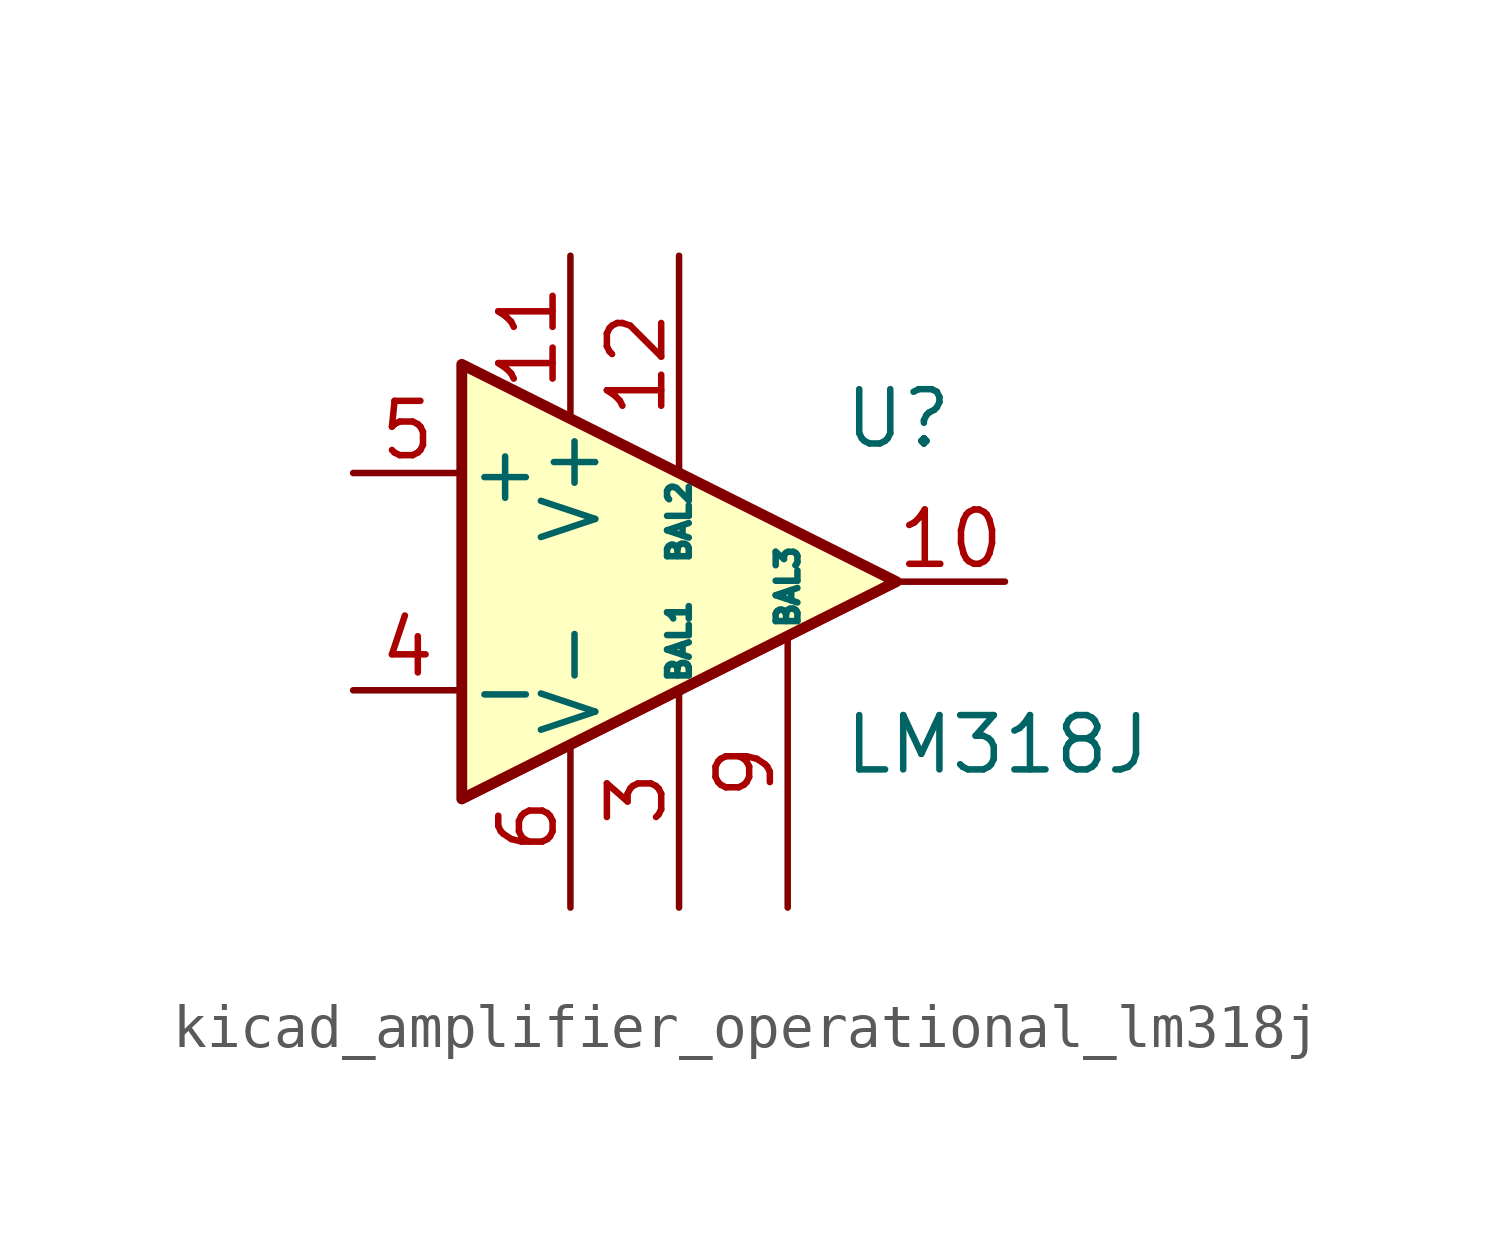
<source format=kicad_sym>
(kicad_symbol_lib
  (version 20220914)
  (generator kicad_symbol_editor)
  (symbol "kicad_amplifier_operational_lm318j"
    (pin_names
      (offset 0.127))
    (property "Reference" "U"
      (at 3.81 3.81 0)
      (effects (font (size 1.27 1.27)) (justify left)))
    (property "Value" "LM318J"
      (at 3.81 -3.81 0)
      (effects (font (size 1.27 1.27)) (justify left)))
    (symbol "kicad_amplifier_operational_lm318j_0_1"
      (polyline (pts (xy 5.08 0) (xy -5.08 5.08) (xy -5.08 -5.08) (xy 5.08 0)) (stroke (width 0.254) (type default)) (fill (type background))))
    (symbol "kicad_amplifier_operational_lm318j_1_1"
      (pin no_connect line (at -5.08 2.54 270) (length 2.54) hide (name "NC" (effects (font (size 1.27 1.27)))) (number "1" (effects (font (size 1.27 1.27)))))
      (pin output line (at 7.62 0 180) (length 2.54) (name "~" (effects (font (size 1.27 1.27)))) (number "10" (effects (font (size 1.27 1.27)))))
      (pin power_in line (at -2.54 7.62 270) (length 3.81) (name "V+" (effects (font (size 1.27 1.27)))) (number "11" (effects (font (size 1.27 1.27)))))
      (pin passive line (at 0 7.62 270) (length 5.08) (name "BAL2" (effects (font (size 0.508 0.508)))) (number "12" (effects (font (size 1.27 1.27)))))
      (pin no_connect line (at 0 2.54 270) (length 2.54) hide (name "NC" (effects (font (size 1.27 1.27)))) (number "13" (effects (font (size 1.27 1.27)))))
      (pin no_connect line (at 0 -2.54 90) (length 2.54) hide (name "NC" (effects (font (size 1.27 1.27)))) (number "14" (effects (font (size 1.27 1.27)))))
      (pin no_connect line (at -2.54 2.54 270) (length 2.54) hide (name "NC" (effects (font (size 1.27 1.27)))) (number "2" (effects (font (size 1.27 1.27)))))
      (pin passive line (at 0 -7.62 90) (length 5.08) (name "BAL1" (effects (font (size 0.508 0.508)))) (number "3" (effects (font (size 1.27 1.27)))))
      (pin input line (at -7.62 -2.54 0) (length 2.54) (name "-" (effects (font (size 1.27 1.27)))) (number "4" (effects (font (size 1.27 1.27)))))
      (pin input line (at -7.62 2.54 0) (length 2.54) (name "+" (effects (font (size 1.27 1.27)))) (number "5" (effects (font (size 1.27 1.27)))))
      (pin power_in line (at -2.54 -7.62 90) (length 3.81) (name "V-" (effects (font (size 1.27 1.27)))) (number "6" (effects (font (size 1.27 1.27)))))
      (pin no_connect line (at -5.08 -2.54 90) (length 2.54) hide (name "NC" (effects (font (size 1.27 1.27)))) (number "7" (effects (font (size 1.27 1.27)))))
      (pin no_connect line (at -2.54 -2.54 90) (length 2.54) hide (name "NC" (effects (font (size 1.27 1.27)))) (number "8" (effects (font (size 1.27 1.27)))))
      (pin passive line (at 2.54 -7.62 90) (length 6.35) (name "BAL3" (effects (font (size 0.508 0.508)))) (number "9" (effects (font (size 1.27 1.27))))))))
</source>
